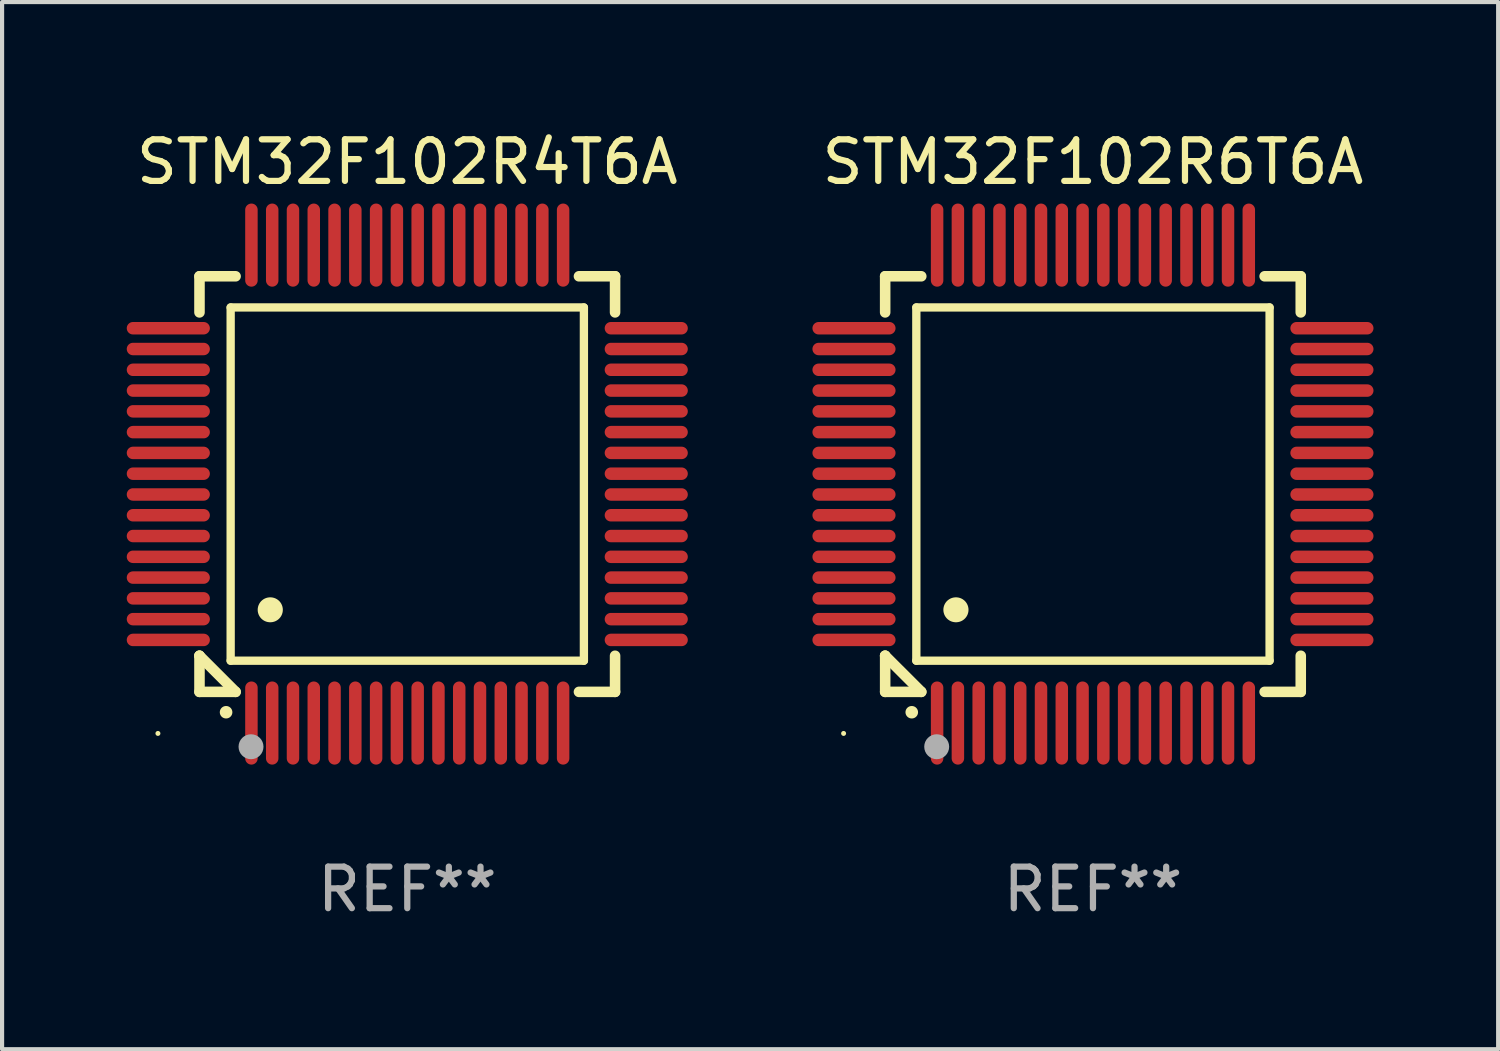
<source format=kicad_pcb>
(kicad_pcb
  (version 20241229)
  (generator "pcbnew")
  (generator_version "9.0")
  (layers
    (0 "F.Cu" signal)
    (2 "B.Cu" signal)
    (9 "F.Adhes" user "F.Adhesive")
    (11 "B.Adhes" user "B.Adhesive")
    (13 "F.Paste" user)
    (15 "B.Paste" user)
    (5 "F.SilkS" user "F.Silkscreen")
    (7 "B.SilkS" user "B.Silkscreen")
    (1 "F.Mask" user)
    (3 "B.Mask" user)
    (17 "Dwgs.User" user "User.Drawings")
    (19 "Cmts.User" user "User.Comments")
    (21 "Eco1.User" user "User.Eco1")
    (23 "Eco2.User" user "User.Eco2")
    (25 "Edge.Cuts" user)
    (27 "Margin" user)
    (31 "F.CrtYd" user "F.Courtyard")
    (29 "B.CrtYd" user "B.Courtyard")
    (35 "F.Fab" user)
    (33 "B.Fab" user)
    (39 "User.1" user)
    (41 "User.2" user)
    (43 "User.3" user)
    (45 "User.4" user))
  (footprint "STM32F102R6T6A"
    (layer "F.Cu")
    (at 23.249 8.598)
    (property "Reference" "STM32F102R6T6A" (at 0 -7.75 0) (layer "F.SilkS") (effects (font (size 1 1) (thickness 0.15))))
    (attr through_hole)
    (fp_line (start -5 -5) (end -4.131 -5) (stroke (width 0.254) (type solid)) (layer "F.SilkS"))
    (fp_line (start -5 -4.131) (end -5 -5) (stroke (width 0.254) (type solid)) (layer "F.SilkS"))
    (fp_line (start -5 4.131) (end -5 4.131) (stroke (width 0.254) (type solid)) (layer "F.SilkS"))
    (fp_line (start -5 5) (end -5 4.131) (stroke (width 0.254) (type solid)) (layer "F.SilkS"))
    (fp_line (start -5 4.131) (end -4.131 5) (stroke (width 0.254) (type solid)) (layer "F.SilkS"))
    (fp_line (start -4.25 -4.25) (end -4.25 4.25) (stroke (width 0.2) (type solid)) (layer "F.SilkS"))
    (fp_line (start -4.25 4.25) (end 4.25 4.25) (stroke (width 0.2) (type solid)) (layer "F.SilkS"))
    (fp_line (start -4.131 5) (end -5 5) (stroke (width 0.254) (type solid)) (layer "F.SilkS"))
    (fp_line (start 4.25 -4.25) (end -4.25 -4.25) (stroke (width 0.2) (type solid)) (layer "F.SilkS"))
    (fp_line (start 4.25 4.25) (end 4.25 -4.25) (stroke (width 0.2) (type solid)) (layer "F.SilkS"))
    (fp_line (start 5 -5) (end 4.131 -5) (stroke (width 0.254) (type solid)) (layer "F.SilkS"))
    (fp_line (start 5 -5) (end 5 -4.131) (stroke (width 0.254) (type solid)) (layer "F.SilkS"))
    (fp_line (start 5 4.131) (end 5 5) (stroke (width 0.254) (type solid)) (layer "F.SilkS"))
    (fp_line (start 5 5) (end 4.131 5) (stroke (width 0.254) (type solid)) (layer "F.SilkS"))
    (fp_arc (start -4.361265 5.489992) (mid -4.359995 5.489987) (end -4.358725 5.489992) (stroke (width 0.3) (type solid)) (layer "F.SilkS"))
    (fp_arc (start -3.299467 3.025146) (mid -3.296927 3.025135) (end -3.294387 3.025146) (stroke (width 0.6) (type solid)) (layer "F.SilkS"))
    (fp_circle (center -6 6) (end -5.97 6) (stroke (width 0.06) (type solid)) (fill no) (layer "F.SilkS"))
    (fp_circle (center -3.76 6.32) (end -3.61 6.32) (stroke (width 0.3) (type solid)) (fill no) (layer "F.Fab"))
    (fp_text user "REF**" (at 0 9.75 0) (layer "F.Fab") (effects (font (size 1 1) (thickness 0.15))))
    (pad "1" smd oval (at -3.75 5.75) (size 0.3 2) (layers "F.Cu" "F.Mask" "F.Paste"))
    (pad "2" smd oval (at -3.25 5.75) (size 0.3 2) (layers "F.Cu" "F.Mask" "F.Paste"))
    (pad "3" smd oval (at -2.75 5.75) (size 0.3 2) (layers "F.Cu" "F.Mask" "F.Paste"))
    (pad "4" smd oval (at -2.25 5.75) (size 0.3 2) (layers "F.Cu" "F.Mask" "F.Paste"))
    (pad "5" smd oval (at -1.75 5.75) (size 0.3 2) (layers "F.Cu" "F.Mask" "F.Paste"))
    (pad "6" smd oval (at -1.25 5.75) (size 0.3 2) (layers "F.Cu" "F.Mask" "F.Paste"))
    (pad "7" smd oval (at -0.75 5.75) (size 0.3 2) (layers "F.Cu" "F.Mask" "F.Paste"))
    (pad "8" smd oval (at -0.25 5.75) (size 0.3 2) (layers "F.Cu" "F.Mask" "F.Paste"))
    (pad "9" smd oval (at 0.25 5.75) (size 0.3 2) (layers "F.Cu" "F.Mask" "F.Paste"))
    (pad "10" smd oval (at 0.75 5.75) (size 0.3 2) (layers "F.Cu" "F.Mask" "F.Paste"))
    (pad "11" smd oval (at 1.25 5.75) (size 0.3 2) (layers "F.Cu" "F.Mask" "F.Paste"))
    (pad "12" smd oval (at 1.75 5.75) (size 0.3 2) (layers "F.Cu" "F.Mask" "F.Paste"))
    (pad "13" smd oval (at 2.25 5.75) (size 0.3 2) (layers "F.Cu" "F.Mask" "F.Paste"))
    (pad "14" smd oval (at 2.75 5.75) (size 0.3 2) (layers "F.Cu" "F.Mask" "F.Paste"))
    (pad "15" smd oval (at 3.25 5.75) (size 0.3 2) (layers "F.Cu" "F.Mask" "F.Paste"))
    (pad "16" smd oval (at 3.75 5.75) (size 0.3 2) (layers "F.Cu" "F.Mask" "F.Paste"))
    (pad "17" smd oval (at 5.75 3.75) (size 2 0.3) (layers "F.Cu" "F.Mask" "F.Paste"))
    (pad "18" smd oval (at 5.75 3.25) (size 2 0.3) (layers "F.Cu" "F.Mask" "F.Paste"))
    (pad "19" smd oval (at 5.75 2.75) (size 2 0.3) (layers "F.Cu" "F.Mask" "F.Paste"))
    (pad "20" smd oval (at 5.75 2.25) (size 2 0.3) (layers "F.Cu" "F.Mask" "F.Paste"))
    (pad "21" smd oval (at 5.75 1.75) (size 2 0.3) (layers "F.Cu" "F.Mask" "F.Paste"))
    (pad "22" smd oval (at 5.75 1.25) (size 2 0.3) (layers "F.Cu" "F.Mask" "F.Paste"))
    (pad "23" smd oval (at 5.75 0.75) (size 2 0.3) (layers "F.Cu" "F.Mask" "F.Paste"))
    (pad "24" smd oval (at 5.75 0.25) (size 2 0.3) (layers "F.Cu" "F.Mask" "F.Paste"))
    (pad "25" smd oval (at 5.75 -0.25) (size 2 0.3) (layers "F.Cu" "F.Mask" "F.Paste"))
    (pad "26" smd oval (at 5.75 -0.75) (size 2 0.3) (layers "F.Cu" "F.Mask" "F.Paste"))
    (pad "27" smd oval (at 5.75 -1.25) (size 2 0.3) (layers "F.Cu" "F.Mask" "F.Paste"))
    (pad "28" smd oval (at 5.75 -1.75) (size 2 0.3) (layers "F.Cu" "F.Mask" "F.Paste"))
    (pad "29" smd oval (at 5.75 -2.25) (size 2 0.3) (layers "F.Cu" "F.Mask" "F.Paste"))
    (pad "30" smd oval (at 5.75 -2.75) (size 2 0.3) (layers "F.Cu" "F.Mask" "F.Paste"))
    (pad "31" smd oval (at 5.75 -3.25) (size 2 0.3) (layers "F.Cu" "F.Mask" "F.Paste"))
    (pad "32" smd oval (at 5.75 -3.75) (size 2 0.3) (layers "F.Cu" "F.Mask" "F.Paste"))
    (pad "33" smd oval (at 3.75 -5.75) (size 0.3 2) (layers "F.Cu" "F.Mask" "F.Paste"))
    (pad "34" smd oval (at 3.25 -5.75) (size 0.3 2) (layers "F.Cu" "F.Mask" "F.Paste"))
    (pad "35" smd oval (at 2.75 -5.75) (size 0.3 2) (layers "F.Cu" "F.Mask" "F.Paste"))
    (pad "36" smd oval (at 2.25 -5.75) (size 0.3 2) (layers "F.Cu" "F.Mask" "F.Paste"))
    (pad "37" smd oval (at 1.75 -5.75) (size 0.3 2) (layers "F.Cu" "F.Mask" "F.Paste"))
    (pad "38" smd oval (at 1.25 -5.75) (size 0.3 2) (layers "F.Cu" "F.Mask" "F.Paste"))
    (pad "39" smd oval (at 0.75 -5.75) (size 0.3 2) (layers "F.Cu" "F.Mask" "F.Paste"))
    (pad "40" smd oval (at 0.25 -5.75) (size 0.3 2) (layers "F.Cu" "F.Mask" "F.Paste"))
    (pad "41" smd oval (at -0.25 -5.75) (size 0.3 2) (layers "F.Cu" "F.Mask" "F.Paste"))
    (pad "42" smd oval (at -0.75 -5.75) (size 0.3 2) (layers "F.Cu" "F.Mask" "F.Paste"))
    (pad "43" smd oval (at -1.25 -5.75) (size 0.3 2) (layers "F.Cu" "F.Mask" "F.Paste"))
    (pad "44" smd oval (at -1.75 -5.75) (size 0.3 2) (layers "F.Cu" "F.Mask" "F.Paste"))
    (pad "45" smd oval (at -2.25 -5.75) (size 0.3 2) (layers "F.Cu" "F.Mask" "F.Paste"))
    (pad "46" smd oval (at -2.75 -5.75) (size 0.3 2) (layers "F.Cu" "F.Mask" "F.Paste"))
    (pad "47" smd oval (at -3.25 -5.75) (size 0.3 2) (layers "F.Cu" "F.Mask" "F.Paste"))
    (pad "48" smd oval (at -3.75 -5.75) (size 0.3 2) (layers "F.Cu" "F.Mask" "F.Paste"))
    (pad "49" smd oval (at -5.75 -3.75) (size 2 0.3) (layers "F.Cu" "F.Mask" "F.Paste"))
    (pad "50" smd oval (at -5.75 -3.25) (size 2 0.3) (layers "F.Cu" "F.Mask" "F.Paste"))
    (pad "51" smd oval (at -5.75 -2.75) (size 2 0.3) (layers "F.Cu" "F.Mask" "F.Paste"))
    (pad "52" smd oval (at -5.75 -2.25) (size 2 0.3) (layers "F.Cu" "F.Mask" "F.Paste"))
    (pad "53" smd oval (at -5.75 -1.75) (size 2 0.3) (layers "F.Cu" "F.Mask" "F.Paste"))
    (pad "54" smd oval (at -5.75 -1.25) (size 2 0.3) (layers "F.Cu" "F.Mask" "F.Paste"))
    (pad "55" smd oval (at -5.75 -0.75) (size 2 0.3) (layers "F.Cu" "F.Mask" "F.Paste"))
    (pad "56" smd oval (at -5.75 -0.25) (size 2 0.3) (layers "F.Cu" "F.Mask" "F.Paste"))
    (pad "57" smd oval (at -5.75 0.25) (size 2 0.3) (layers "F.Cu" "F.Mask" "F.Paste"))
    (pad "58" smd oval (at -5.75 0.75) (size 2 0.3) (layers "F.Cu" "F.Mask" "F.Paste"))
    (pad "59" smd oval (at -5.75 1.25) (size 2 0.3) (layers "F.Cu" "F.Mask" "F.Paste"))
    (pad "60" smd oval (at -5.75 1.75) (size 2 0.3) (layers "F.Cu" "F.Mask" "F.Paste"))
    (pad "61" smd oval (at -5.75 2.25) (size 2 0.3) (layers "F.Cu" "F.Mask" "F.Paste"))
    (pad "62" smd oval (at -5.75 2.75) (size 2 0.3) (layers "F.Cu" "F.Mask" "F.Paste"))
    (pad "63" smd oval (at -5.75 3.25) (size 2 0.3) (layers "F.Cu" "F.Mask" "F.Paste"))
    (pad "64" smd oval (at -5.75 3.75) (size 2 0.3) (layers "F.Cu" "F.Mask" "F.Paste")))
  (footprint "STM32F102R4T6A"
    (layer "F.Cu")
    (at 6.75 8.598)
    (property "Reference" "STM32F102R4T6A" (at 0 -7.75 0) (layer "F.SilkS") (effects (font (size 1 1) (thickness 0.15))))
    (attr through_hole)
    (fp_line (start -5 -5) (end -4.131 -5) (stroke (width 0.254) (type solid)) (layer "F.SilkS"))
    (fp_line (start -5 -4.131) (end -5 -5) (stroke (width 0.254) (type solid)) (layer "F.SilkS"))
    (fp_line (start -5 4.131) (end -5 4.131) (stroke (width 0.254) (type solid)) (layer "F.SilkS"))
    (fp_line (start -5 5) (end -5 4.131) (stroke (width 0.254) (type solid)) (layer "F.SilkS"))
    (fp_line (start -5 4.131) (end -4.131 5) (stroke (width 0.254) (type solid)) (layer "F.SilkS"))
    (fp_line (start -4.25 -4.25) (end -4.25 4.25) (stroke (width 0.2) (type solid)) (layer "F.SilkS"))
    (fp_line (start -4.25 4.25) (end 4.25 4.25) (stroke (width 0.2) (type solid)) (layer "F.SilkS"))
    (fp_line (start -4.131 5) (end -5 5) (stroke (width 0.254) (type solid)) (layer "F.SilkS"))
    (fp_line (start 4.25 -4.25) (end -4.25 -4.25) (stroke (width 0.2) (type solid)) (layer "F.SilkS"))
    (fp_line (start 4.25 4.25) (end 4.25 -4.25) (stroke (width 0.2) (type solid)) (layer "F.SilkS"))
    (fp_line (start 5 -5) (end 4.131 -5) (stroke (width 0.254) (type solid)) (layer "F.SilkS"))
    (fp_line (start 5 -5) (end 5 -4.131) (stroke (width 0.254) (type solid)) (layer "F.SilkS"))
    (fp_line (start 5 4.131) (end 5 5) (stroke (width 0.254) (type solid)) (layer "F.SilkS"))
    (fp_line (start 5 5) (end 4.131 5) (stroke (width 0.254) (type solid)) (layer "F.SilkS"))
    (fp_arc (start -4.361265 5.489992) (mid -4.359995 5.489987) (end -4.358725 5.489992) (stroke (width 0.3) (type solid)) (layer "F.SilkS"))
    (fp_arc (start -3.299467 3.025146) (mid -3.296927 3.025135) (end -3.294387 3.025146) (stroke (width 0.6) (type solid)) (layer "F.SilkS"))
    (fp_circle (center -6 6) (end -5.97 6) (stroke (width 0.06) (type solid)) (fill no) (layer "F.SilkS"))
    (fp_circle (center -3.76 6.32) (end -3.61 6.32) (stroke (width 0.3) (type solid)) (fill no) (layer "F.Fab"))
    (fp_text user "REF**" (at 0 9.75 0) (layer "F.Fab") (effects (font (size 1 1) (thickness 0.15))))
    (pad "1" smd oval (at -3.75 5.75) (size 0.3 2) (layers "F.Cu" "F.Mask" "F.Paste"))
    (pad "2" smd oval (at -3.25 5.75) (size 0.3 2) (layers "F.Cu" "F.Mask" "F.Paste"))
    (pad "3" smd oval (at -2.75 5.75) (size 0.3 2) (layers "F.Cu" "F.Mask" "F.Paste"))
    (pad "4" smd oval (at -2.25 5.75) (size 0.3 2) (layers "F.Cu" "F.Mask" "F.Paste"))
    (pad "5" smd oval (at -1.75 5.75) (size 0.3 2) (layers "F.Cu" "F.Mask" "F.Paste"))
    (pad "6" smd oval (at -1.25 5.75) (size 0.3 2) (layers "F.Cu" "F.Mask" "F.Paste"))
    (pad "7" smd oval (at -0.75 5.75) (size 0.3 2) (layers "F.Cu" "F.Mask" "F.Paste"))
    (pad "8" smd oval (at -0.25 5.75) (size 0.3 2) (layers "F.Cu" "F.Mask" "F.Paste"))
    (pad "9" smd oval (at 0.25 5.75) (size 0.3 2) (layers "F.Cu" "F.Mask" "F.Paste"))
    (pad "10" smd oval (at 0.75 5.75) (size 0.3 2) (layers "F.Cu" "F.Mask" "F.Paste"))
    (pad "11" smd oval (at 1.25 5.75) (size 0.3 2) (layers "F.Cu" "F.Mask" "F.Paste"))
    (pad "12" smd oval (at 1.75 5.75) (size 0.3 2) (layers "F.Cu" "F.Mask" "F.Paste"))
    (pad "13" smd oval (at 2.25 5.75) (size 0.3 2) (layers "F.Cu" "F.Mask" "F.Paste"))
    (pad "14" smd oval (at 2.75 5.75) (size 0.3 2) (layers "F.Cu" "F.Mask" "F.Paste"))
    (pad "15" smd oval (at 3.25 5.75) (size 0.3 2) (layers "F.Cu" "F.Mask" "F.Paste"))
    (pad "16" smd oval (at 3.75 5.75) (size 0.3 2) (layers "F.Cu" "F.Mask" "F.Paste"))
    (pad "17" smd oval (at 5.75 3.75) (size 2 0.3) (layers "F.Cu" "F.Mask" "F.Paste"))
    (pad "18" smd oval (at 5.75 3.25) (size 2 0.3) (layers "F.Cu" "F.Mask" "F.Paste"))
    (pad "19" smd oval (at 5.75 2.75) (size 2 0.3) (layers "F.Cu" "F.Mask" "F.Paste"))
    (pad "20" smd oval (at 5.75 2.25) (size 2 0.3) (layers "F.Cu" "F.Mask" "F.Paste"))
    (pad "21" smd oval (at 5.75 1.75) (size 2 0.3) (layers "F.Cu" "F.Mask" "F.Paste"))
    (pad "22" smd oval (at 5.75 1.25) (size 2 0.3) (layers "F.Cu" "F.Mask" "F.Paste"))
    (pad "23" smd oval (at 5.75 0.75) (size 2 0.3) (layers "F.Cu" "F.Mask" "F.Paste"))
    (pad "24" smd oval (at 5.75 0.25) (size 2 0.3) (layers "F.Cu" "F.Mask" "F.Paste"))
    (pad "25" smd oval (at 5.75 -0.25) (size 2 0.3) (layers "F.Cu" "F.Mask" "F.Paste"))
    (pad "26" smd oval (at 5.75 -0.75) (size 2 0.3) (layers "F.Cu" "F.Mask" "F.Paste"))
    (pad "27" smd oval (at 5.75 -1.25) (size 2 0.3) (layers "F.Cu" "F.Mask" "F.Paste"))
    (pad "28" smd oval (at 5.75 -1.75) (size 2 0.3) (layers "F.Cu" "F.Mask" "F.Paste"))
    (pad "29" smd oval (at 5.75 -2.25) (size 2 0.3) (layers "F.Cu" "F.Mask" "F.Paste"))
    (pad "30" smd oval (at 5.75 -2.75) (size 2 0.3) (layers "F.Cu" "F.Mask" "F.Paste"))
    (pad "31" smd oval (at 5.75 -3.25) (size 2 0.3) (layers "F.Cu" "F.Mask" "F.Paste"))
    (pad "32" smd oval (at 5.75 -3.75) (size 2 0.3) (layers "F.Cu" "F.Mask" "F.Paste"))
    (pad "33" smd oval (at 3.75 -5.75) (size 0.3 2) (layers "F.Cu" "F.Mask" "F.Paste"))
    (pad "34" smd oval (at 3.25 -5.75) (size 0.3 2) (layers "F.Cu" "F.Mask" "F.Paste"))
    (pad "35" smd oval (at 2.75 -5.75) (size 0.3 2) (layers "F.Cu" "F.Mask" "F.Paste"))
    (pad "36" smd oval (at 2.25 -5.75) (size 0.3 2) (layers "F.Cu" "F.Mask" "F.Paste"))
    (pad "37" smd oval (at 1.75 -5.75) (size 0.3 2) (layers "F.Cu" "F.Mask" "F.Paste"))
    (pad "38" smd oval (at 1.25 -5.75) (size 0.3 2) (layers "F.Cu" "F.Mask" "F.Paste"))
    (pad "39" smd oval (at 0.75 -5.75) (size 0.3 2) (layers "F.Cu" "F.Mask" "F.Paste"))
    (pad "40" smd oval (at 0.25 -5.75) (size 0.3 2) (layers "F.Cu" "F.Mask" "F.Paste"))
    (pad "41" smd oval (at -0.25 -5.75) (size 0.3 2) (layers "F.Cu" "F.Mask" "F.Paste"))
    (pad "42" smd oval (at -0.75 -5.75) (size 0.3 2) (layers "F.Cu" "F.Mask" "F.Paste"))
    (pad "43" smd oval (at -1.25 -5.75) (size 0.3 2) (layers "F.Cu" "F.Mask" "F.Paste"))
    (pad "44" smd oval (at -1.75 -5.75) (size 0.3 2) (layers "F.Cu" "F.Mask" "F.Paste"))
    (pad "45" smd oval (at -2.25 -5.75) (size 0.3 2) (layers "F.Cu" "F.Mask" "F.Paste"))
    (pad "46" smd oval (at -2.75 -5.75) (size 0.3 2) (layers "F.Cu" "F.Mask" "F.Paste"))
    (pad "47" smd oval (at -3.25 -5.75) (size 0.3 2) (layers "F.Cu" "F.Mask" "F.Paste"))
    (pad "48" smd oval (at -3.75 -5.75) (size 0.3 2) (layers "F.Cu" "F.Mask" "F.Paste"))
    (pad "49" smd oval (at -5.75 -3.75) (size 2 0.3) (layers "F.Cu" "F.Mask" "F.Paste"))
    (pad "50" smd oval (at -5.75 -3.25) (size 2 0.3) (layers "F.Cu" "F.Mask" "F.Paste"))
    (pad "51" smd oval (at -5.75 -2.75) (size 2 0.3) (layers "F.Cu" "F.Mask" "F.Paste"))
    (pad "52" smd oval (at -5.75 -2.25) (size 2 0.3) (layers "F.Cu" "F.Mask" "F.Paste"))
    (pad "53" smd oval (at -5.75 -1.75) (size 2 0.3) (layers "F.Cu" "F.Mask" "F.Paste"))
    (pad "54" smd oval (at -5.75 -1.25) (size 2 0.3) (layers "F.Cu" "F.Mask" "F.Paste"))
    (pad "55" smd oval (at -5.75 -0.75) (size 2 0.3) (layers "F.Cu" "F.Mask" "F.Paste"))
    (pad "56" smd oval (at -5.75 -0.25) (size 2 0.3) (layers "F.Cu" "F.Mask" "F.Paste"))
    (pad "57" smd oval (at -5.75 0.25) (size 2 0.3) (layers "F.Cu" "F.Mask" "F.Paste"))
    (pad "58" smd oval (at -5.75 0.75) (size 2 0.3) (layers "F.Cu" "F.Mask" "F.Paste"))
    (pad "59" smd oval (at -5.75 1.25) (size 2 0.3) (layers "F.Cu" "F.Mask" "F.Paste"))
    (pad "60" smd oval (at -5.75 1.75) (size 2 0.3) (layers "F.Cu" "F.Mask" "F.Paste"))
    (pad "61" smd oval (at -5.75 2.25) (size 2 0.3) (layers "F.Cu" "F.Mask" "F.Paste"))
    (pad "62" smd oval (at -5.75 2.75) (size 2 0.3) (layers "F.Cu" "F.Mask" "F.Paste"))
    (pad "63" smd oval (at -5.75 3.25) (size 2 0.3) (layers "F.Cu" "F.Mask" "F.Paste"))
    (pad "64" smd oval (at -5.75 3.75) (size 2 0.3) (layers "F.Cu" "F.Mask" "F.Paste")))
  (gr_rect
    (start -3 -3)
    (end 32.999 22.196)
    (stroke (width 0.1) (type default))
    (fill no)
    (layer "Edge.Cuts")))
</source>
